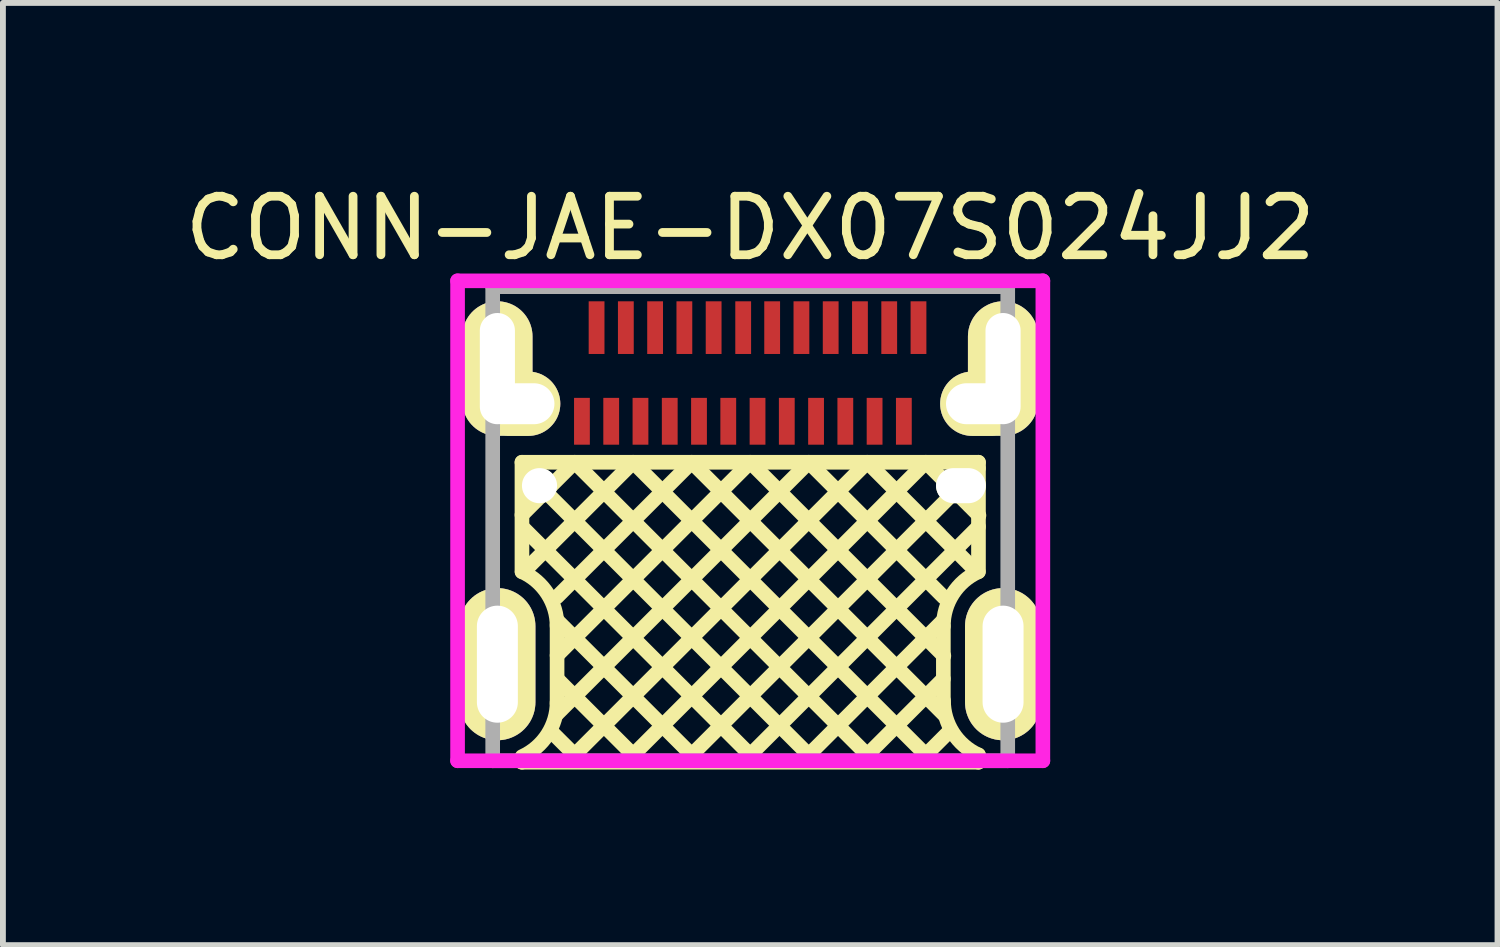
<source format=kicad_pcb>
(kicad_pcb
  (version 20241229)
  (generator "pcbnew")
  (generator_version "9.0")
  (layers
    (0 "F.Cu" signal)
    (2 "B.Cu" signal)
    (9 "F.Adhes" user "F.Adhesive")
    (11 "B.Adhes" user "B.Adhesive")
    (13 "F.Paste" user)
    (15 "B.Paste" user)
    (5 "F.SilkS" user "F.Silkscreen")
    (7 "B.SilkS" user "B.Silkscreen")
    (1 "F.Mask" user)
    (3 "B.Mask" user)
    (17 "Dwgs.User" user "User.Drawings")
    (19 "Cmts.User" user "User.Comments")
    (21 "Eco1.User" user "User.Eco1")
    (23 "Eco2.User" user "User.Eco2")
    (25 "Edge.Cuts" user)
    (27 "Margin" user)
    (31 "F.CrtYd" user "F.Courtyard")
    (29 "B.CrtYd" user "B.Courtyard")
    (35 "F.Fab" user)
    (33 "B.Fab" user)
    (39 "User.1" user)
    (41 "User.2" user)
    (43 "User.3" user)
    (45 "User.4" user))
  (footprint "CONN-JAE-DX07S024JJ2"
    (layer "F.Cu")
    (at 9.768 5.248)
    (property "Reference" "CONN-JAE-DX07S024JJ2" (at 0 -4.4 0) (layer "F.SilkS") (effects (font (size 1 1) (thickness 0.15))))
    (attr smd)
    (fp_line (start -3.9 -0.4) (end 3.9 -0.4) (stroke (width 0.25) (type solid)) (layer "F.SilkS"))
    (fp_line (start -3.9 1.47) (end -3.9 -0.4) (stroke (width 0.25) (type solid)) (layer "F.SilkS"))
    (fp_line (start -3.9 4.65) (end -3.9 4.725) (stroke (width 0.25) (type solid)) (layer "F.SilkS"))
    (fp_line (start -3.9 4.725) (end 3.9 4.725) (stroke (width 0.25) (type solid)) (layer "F.SilkS"))
    (fp_line (start -3.3 2.38) (end -3.3 3.72) (stroke (width 0.25) (type solid)) (layer "F.SilkS"))
    (fp_line (start -3 -0.4) (end -3.9 0.5) (stroke (width 0.25) (type solid)) (layer "F.SilkS"))
    (fp_line (start -2.992 -0.392) (end 2.108 4.708) (stroke (width 0.25) (type solid)) (layer "F.SilkS"))
    (fp_line (start -2.892 4.708) (end -3.392 4.208) (stroke (width 0.25) (type solid)) (layer "F.SilkS"))
    (fp_line (start -2 -0.4) (end -3.8 1.4) (stroke (width 0.25) (type solid)) (layer "F.SilkS"))
    (fp_line (start -1.992 -0.392) (end 3.108 4.708) (stroke (width 0.25) (type solid)) (layer "F.SilkS"))
    (fp_line (start -1.892 4.708) (end -3.292 3.308) (stroke (width 0.25) (type solid)) (layer "F.SilkS"))
    (fp_line (start -1.1 4.7) (end 3.9 -0.3) (stroke (width 0.25) (type solid)) (layer "F.SilkS"))
    (fp_line (start -1 -0.4) (end -3.3 1.9) (stroke (width 0.25) (type solid)) (layer "F.SilkS"))
    (fp_line (start -0.992 -0.392) (end 3.308 3.908) (stroke (width 0.25) (type solid)) (layer "F.SilkS"))
    (fp_line (start -0.892 4.708) (end -3.292 2.308) (stroke (width 0.25) (type solid)) (layer "F.SilkS"))
    (fp_line (start -0.1 4.7) (end 3.9 0.7) (stroke (width 0.25) (type solid)) (layer "F.SilkS"))
    (fp_line (start 0 -0.4) (end -3.3 2.9) (stroke (width 0.25) (type solid)) (layer "F.SilkS"))
    (fp_line (start 0.008 -0.392) (end 3.308 2.908) (stroke (width 0.25) (type solid)) (layer "F.SilkS"))
    (fp_line (start 0.108 4.708) (end -3.892 0.708) (stroke (width 0.25) (type solid)) (layer "F.SilkS"))
    (fp_line (start 0.9 4.7) (end 3.3 2.3) (stroke (width 0.25) (type solid)) (layer "F.SilkS"))
    (fp_line (start 1 -0.4) (end -3.3 3.9) (stroke (width 0.25) (type solid)) (layer "F.SilkS"))
    (fp_line (start 1.008 -0.392) (end 3.308 1.908) (stroke (width 0.25) (type solid)) (layer "F.SilkS"))
    (fp_line (start 1.108 4.708) (end -3.892 -0.292) (stroke (width 0.25) (type solid)) (layer "F.SilkS"))
    (fp_line (start 1.9 4.7) (end 3.3 3.3) (stroke (width 0.25) (type solid)) (layer "F.SilkS"))
    (fp_line (start 2 -0.4) (end -3.1 4.7) (stroke (width 0.25) (type solid)) (layer "F.SilkS"))
    (fp_line (start 2.008 -0.392) (end 3.808 1.408) (stroke (width 0.25) (type solid)) (layer "F.SilkS"))
    (fp_line (start 2.9 4.7) (end 3.4 4.2) (stroke (width 0.25) (type solid)) (layer "F.SilkS"))
    (fp_line (start 3 -0.4) (end -2.1 4.7) (stroke (width 0.25) (type solid)) (layer "F.SilkS"))
    (fp_line (start 3.008 -0.392) (end 3.908 0.508) (stroke (width 0.25) (type solid)) (layer "F.SilkS"))
    (fp_line (start 3.3 3.7) (end 3.3 2.4) (stroke (width 0.25) (type solid)) (layer "F.SilkS"))
    (fp_line (start 3.9 -0.4) (end 3.9 1.47) (stroke (width 0.25) (type solid)) (layer "F.SilkS"))
    (fp_line (start 3.9 4.6) (end 3.9 4.725) (stroke (width 0.25) (type solid)) (layer "F.SilkS"))
    (fp_arc (start -3.897013 1.47184) (mid -3.462141 1.848206) (end -3.3 2.4) (stroke (width 0.25) (type solid)) (layer "F.SilkS"))
    (fp_arc (start -3.3 3.7) (mid -3.462179 4.251855) (end -3.897144 4.62822) (stroke (width 0.25) (type solid)) (layer "F.SilkS"))
    (fp_arc (start 3.3 2.4) (mid 3.46214 1.848206) (end 3.897013 1.47184) (stroke (width 0.25) (type solid)) (layer "F.SilkS"))
    (fp_arc (start 3.9 4.6) (mid 3.465128 4.223634) (end 3.302987 3.67184) (stroke (width 0.25) (type solid)) (layer "F.SilkS"))
    (fp_line (start -5 -3.5) (end -5 4.7) (stroke (width 0.25) (type solid)) (layer "F.CrtYd"))
    (fp_line (start -5 4.7) (end 5 4.7) (stroke (width 0.25) (type solid)) (layer "F.CrtYd"))
    (fp_line (start 5 -3.5) (end -5 -3.5) (stroke (width 0.25) (type solid)) (layer "F.CrtYd"))
    (fp_line (start 5 4.7) (end 5 -3.5) (stroke (width 0.25) (type solid)) (layer "F.CrtYd"))
    (fp_line (start -4.4 -3.4) (end -4.4 4.7) (stroke (width 0.25) (type solid)) (layer "F.Fab"))
    (fp_line (start -4.4 4.7) (end 4.4 4.7) (stroke (width 0.25) (type solid)) (layer "F.Fab"))
    (fp_line (start 1 -3.4) (end -4.4 -3.4) (stroke (width 0.25) (type solid)) (layer "F.Fab"))
    (fp_line (start 1 -3.4) (end 4.4 -3.4) (stroke (width 0.25) (type solid)) (layer "F.Fab"))
    (fp_line (start 4.4 4.7) (end 4.4 -3.4) (stroke (width 0.25) (type solid)) (layer "F.Fab"))
    (pad "" np_thru_hole circle (at -3.6 0) (size 0.6 0.6) (drill 0.6) (layers "*.Cu" "*.Mask" "F.SilkS"))
    (pad "" np_thru_hole oval (at 3.6 0) (size 0.85 0.6) (drill oval 0.85 0.6) (layers "*.Cu" "*.Mask" "F.SilkS"))
    (pad "A1" smd rect (at -2.625 -2.7) (size 0.27 0.9) (layers "F.Cu" "F.Mask" "F.Paste"))
    (pad "A2" smd rect (at -2.125 -2.7) (size 0.27 0.9) (layers "F.Cu" "F.Mask" "F.Paste"))
    (pad "A3" smd rect (at -1.625 -2.7) (size 0.27 0.9) (layers "F.Cu" "F.Mask" "F.Paste"))
    (pad "A4" smd rect (at -1.125 -2.7) (size 0.27 0.9) (layers "F.Cu" "F.Mask" "F.Paste"))
    (pad "A5" smd rect (at -0.625 -2.7) (size 0.27 0.9) (layers "F.Cu" "F.Mask" "F.Paste"))
    (pad "A6" smd rect (at -0.12 -2.7) (size 0.27 0.9) (layers "F.Cu" "F.Mask" "F.Paste"))
    (pad "A7" smd rect (at 0.375 -2.7) (size 0.27 0.9) (layers "F.Cu" "F.Mask" "F.Paste"))
    (pad "A8" smd rect (at 0.875 -2.7) (size 0.27 0.9) (layers "F.Cu" "F.Mask" "F.Paste"))
    (pad "A9" smd rect (at 1.375 -2.7) (size 0.27 0.9) (layers "F.Cu" "F.Mask" "F.Paste"))
    (pad "A10" smd rect (at 1.875 -2.7) (size 0.27 0.9) (layers "F.Cu" "F.Mask" "F.Paste"))
    (pad "A11" smd rect (at 2.375 -2.7) (size 0.27 0.9) (layers "F.Cu" "F.Mask" "F.Paste"))
    (pad "A12" smd rect (at 2.875 -2.7) (size 0.27 0.9) (layers "F.Cu" "F.Mask" "F.Paste"))
    (pad "B1" smd rect (at 2.625 -1.1) (size 0.27 0.8) (layers "F.Cu" "F.Mask" "F.Paste"))
    (pad "B2" smd rect (at 2.125 -1.1) (size 0.27 0.8) (layers "F.Cu" "F.Mask" "F.Paste"))
    (pad "B3" smd rect (at 1.625 -1.1) (size 0.27 0.8) (layers "F.Cu" "F.Mask" "F.Paste"))
    (pad "B4" smd rect (at 1.125 -1.1) (size 0.27 0.8) (layers "F.Cu" "F.Mask" "F.Paste"))
    (pad "B5" smd rect (at 0.625 -1.1) (size 0.27 0.8) (layers "F.Cu" "F.Mask" "F.Paste"))
    (pad "B6" smd rect (at 0.125 -1.1) (size 0.27 0.8) (layers "F.Cu" "F.Mask" "F.Paste"))
    (pad "B7" smd rect (at -0.375 -1.1) (size 0.27 0.8) (layers "F.Cu" "F.Mask" "F.Paste"))
    (pad "B8" smd rect (at -0.875 -1.1) (size 0.27 0.8) (layers "F.Cu" "F.Mask" "F.Paste"))
    (pad "B9" smd rect (at -1.375 -1.1) (size 0.27 0.8) (layers "F.Cu" "F.Mask" "F.Paste"))
    (pad "B10" smd rect (at -1.875 -1.1) (size 0.27 0.8) (layers "F.Cu" "F.Mask" "F.Paste"))
    (pad "B11" smd rect (at -2.375 -1.1) (size 0.27 0.8) (layers "F.Cu" "F.Mask" "F.Paste"))
    (pad "B12" smd rect (at -2.875 -1.1) (size 0.27 0.8) (layers "F.Cu" "F.Mask" "F.Paste"))
    (pad "SH" thru_hole oval (at -4.32 -2) (size 1.2 2.3) (drill oval 0.6 1.9) (layers "*.Cu" "*.Mask" "F.SilkS"))
    (pad "SH" thru_hole oval (at -4.32 3.05) (size 1.3 2.6) (drill oval 0.7 2) (layers "*.Cu" "*.Mask" "F.SilkS"))
    (pad "SH" thru_hole oval (at -3.97 -1.4) (size 1.45 1.1) (drill oval 1.25 0.7) (layers "*.Cu" "*.Mask" "F.SilkS"))
    (pad "SH" thru_hole oval (at 3.97 -1.4) (size 1.45 1.1) (drill oval 1.25 0.7) (layers "*.Cu" "*.Mask" "F.SilkS"))
    (pad "SH" thru_hole oval (at 4.32 -2) (size 1.2 2.3) (drill oval 0.6 1.9) (layers "*.Cu" "*.Mask" "F.SilkS"))
    (pad "SH" thru_hole oval (at 4.32 3.05) (size 1.3 2.6) (drill oval 0.7 2) (layers "*.Cu" "*.Mask" "F.SilkS")))
  (gr_rect
    (start -3 -3)
    (end 22.536 13.098)
    (stroke (width 0.1) (type default))
    (fill no)
    (layer "Edge.Cuts")))
</source>
